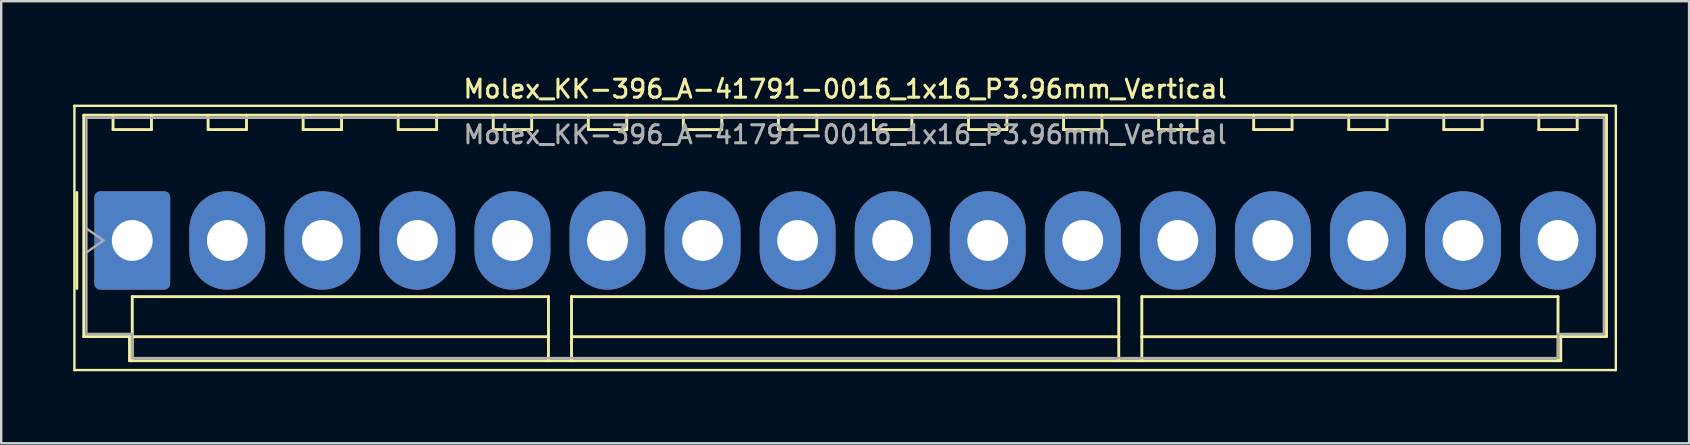
<source format=kicad_pcb>
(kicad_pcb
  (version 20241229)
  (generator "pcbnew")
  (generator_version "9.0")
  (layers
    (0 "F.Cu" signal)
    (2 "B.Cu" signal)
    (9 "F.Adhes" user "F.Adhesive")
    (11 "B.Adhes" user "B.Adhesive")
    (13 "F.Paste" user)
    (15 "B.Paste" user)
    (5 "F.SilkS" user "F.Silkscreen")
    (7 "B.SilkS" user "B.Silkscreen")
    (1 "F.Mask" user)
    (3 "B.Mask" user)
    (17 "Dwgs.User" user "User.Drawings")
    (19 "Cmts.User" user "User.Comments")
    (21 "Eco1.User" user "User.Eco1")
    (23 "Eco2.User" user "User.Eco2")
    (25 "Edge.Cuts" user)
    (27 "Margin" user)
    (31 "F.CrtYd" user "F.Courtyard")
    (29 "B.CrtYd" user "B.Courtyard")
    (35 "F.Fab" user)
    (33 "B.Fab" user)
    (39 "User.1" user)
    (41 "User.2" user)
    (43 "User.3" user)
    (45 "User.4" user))
  (footprint "Molex_KK-396_A-41791-0016_1x16_P3.96mm_Vertical"
    (layer "F.Cu")
    (at 2.46 6.968)
    (property "Reference" "Molex_KK-396_A-41791-0016_1x16_P3.96mm_Vertical" (at 29.7 -6.31 0) (layer "F.SilkS") (effects (font (size 0.75 0.75) (thickness 0.125))))
    (attr through_hole)
    (fp_line (start -2.41 -5.61) (end -2.41 5.4) (stroke (width 0.1) (type solid)) (layer "F.SilkS"))
    (fp_line (start -2.41 5.4) (end 61.81 5.4) (stroke (width 0.1) (type solid)) (layer "F.SilkS"))
    (fp_line (start -2.31 -2) (end -2.31 2) (stroke (width 0.12) (type solid)) (layer "F.SilkS"))
    (fp_line (start -2.02 -5.22) (end 61.42 -5.22) (stroke (width 0.12) (type solid)) (layer "F.SilkS"))
    (fp_line (start -2.02 4.005) (end -2.02 -5.22) (stroke (width 0.12) (type solid)) (layer "F.SilkS"))
    (fp_line (start -0.8 -5.22) (end -0.8 -4.62) (stroke (width 0.12) (type solid)) (layer "F.SilkS"))
    (fp_line (start -0.8 -4.62) (end 0.8 -4.62) (stroke (width 0.12) (type solid)) (layer "F.SilkS"))
    (fp_line (start -0.115 4.005) (end -2.02 4.005) (stroke (width 0.12) (type solid)) (layer "F.SilkS"))
    (fp_line (start -0.115 5.01) (end -0.115 4.005) (stroke (width 0.12) (type solid)) (layer "F.SilkS"))
    (fp_line (start 0 2.34) (end 17.34 2.34) (stroke (width 0.12) (type solid)) (layer "F.SilkS"))
    (fp_line (start 0 4.01) (end 0 2.34) (stroke (width 0.12) (type solid)) (layer "F.SilkS"))
    (fp_line (start 0 4.01) (end 17.34 4.01) (stroke (width 0.12) (type solid)) (layer "F.SilkS"))
    (fp_line (start 0 5.01) (end 0 4.01) (stroke (width 0.12) (type solid)) (layer "F.SilkS"))
    (fp_line (start 0.8 -4.62) (end 0.8 -5.22) (stroke (width 0.12) (type solid)) (layer "F.SilkS"))
    (fp_line (start 3.16 -5.22) (end 3.16 -4.62) (stroke (width 0.12) (type solid)) (layer "F.SilkS"))
    (fp_line (start 3.16 -4.62) (end 4.76 -4.62) (stroke (width 0.12) (type solid)) (layer "F.SilkS"))
    (fp_line (start 4.76 -4.62) (end 4.76 -5.22) (stroke (width 0.12) (type solid)) (layer "F.SilkS"))
    (fp_line (start 7.12 -5.22) (end 7.12 -4.62) (stroke (width 0.12) (type solid)) (layer "F.SilkS"))
    (fp_line (start 7.12 -4.62) (end 8.72 -4.62) (stroke (width 0.12) (type solid)) (layer "F.SilkS"))
    (fp_line (start 8.72 -4.62) (end 8.72 -5.22) (stroke (width 0.12) (type solid)) (layer "F.SilkS"))
    (fp_line (start 11.08 -5.22) (end 11.08 -4.62) (stroke (width 0.12) (type solid)) (layer "F.SilkS"))
    (fp_line (start 11.08 -4.62) (end 12.68 -4.62) (stroke (width 0.12) (type solid)) (layer "F.SilkS"))
    (fp_line (start 12.68 -4.62) (end 12.68 -5.22) (stroke (width 0.12) (type solid)) (layer "F.SilkS"))
    (fp_line (start 15.04 -5.22) (end 15.04 -4.62) (stroke (width 0.12) (type solid)) (layer "F.SilkS"))
    (fp_line (start 15.04 -4.62) (end 16.64 -4.62) (stroke (width 0.12) (type solid)) (layer "F.SilkS"))
    (fp_line (start 16.64 -4.62) (end 16.64 -5.22) (stroke (width 0.12) (type solid)) (layer "F.SilkS"))
    (fp_line (start 17.34 2.34) (end 17.34 4.01) (stroke (width 0.12) (type solid)) (layer "F.SilkS"))
    (fp_line (start 17.34 4.01) (end 17.34 5.01) (stroke (width 0.12) (type solid)) (layer "F.SilkS"))
    (fp_line (start 18.3 2.34) (end 41.1 2.34) (stroke (width 0.12) (type solid)) (layer "F.SilkS"))
    (fp_line (start 18.3 4.01) (end 18.3 2.34) (stroke (width 0.12) (type solid)) (layer "F.SilkS"))
    (fp_line (start 18.3 4.01) (end 41.1 4.01) (stroke (width 0.12) (type solid)) (layer "F.SilkS"))
    (fp_line (start 18.3 5.01) (end 18.3 4.01) (stroke (width 0.12) (type solid)) (layer "F.SilkS"))
    (fp_line (start 19 -5.22) (end 19 -4.62) (stroke (width 0.12) (type solid)) (layer "F.SilkS"))
    (fp_line (start 19 -4.62) (end 20.6 -4.62) (stroke (width 0.12) (type solid)) (layer "F.SilkS"))
    (fp_line (start 20.6 -4.62) (end 20.6 -5.22) (stroke (width 0.12) (type solid)) (layer "F.SilkS"))
    (fp_line (start 22.96 -5.22) (end 22.96 -4.62) (stroke (width 0.12) (type solid)) (layer "F.SilkS"))
    (fp_line (start 22.96 -4.62) (end 24.56 -4.62) (stroke (width 0.12) (type solid)) (layer "F.SilkS"))
    (fp_line (start 24.56 -4.62) (end 24.56 -5.22) (stroke (width 0.12) (type solid)) (layer "F.SilkS"))
    (fp_line (start 26.92 -5.22) (end 26.92 -4.62) (stroke (width 0.12) (type solid)) (layer "F.SilkS"))
    (fp_line (start 26.92 -4.62) (end 28.52 -4.62) (stroke (width 0.12) (type solid)) (layer "F.SilkS"))
    (fp_line (start 28.52 -4.62) (end 28.52 -5.22) (stroke (width 0.12) (type solid)) (layer "F.SilkS"))
    (fp_line (start 30.88 -5.22) (end 30.88 -4.62) (stroke (width 0.12) (type solid)) (layer "F.SilkS"))
    (fp_line (start 30.88 -4.62) (end 32.48 -4.62) (stroke (width 0.12) (type solid)) (layer "F.SilkS"))
    (fp_line (start 32.48 -4.62) (end 32.48 -5.22) (stroke (width 0.12) (type solid)) (layer "F.SilkS"))
    (fp_line (start 34.84 -5.22) (end 34.84 -4.62) (stroke (width 0.12) (type solid)) (layer "F.SilkS"))
    (fp_line (start 34.84 -4.62) (end 36.44 -4.62) (stroke (width 0.12) (type solid)) (layer "F.SilkS"))
    (fp_line (start 36.44 -4.62) (end 36.44 -5.22) (stroke (width 0.12) (type solid)) (layer "F.SilkS"))
    (fp_line (start 38.8 -5.22) (end 38.8 -4.62) (stroke (width 0.12) (type solid)) (layer "F.SilkS"))
    (fp_line (start 38.8 -4.62) (end 40.4 -4.62) (stroke (width 0.12) (type solid)) (layer "F.SilkS"))
    (fp_line (start 40.4 -4.62) (end 40.4 -5.22) (stroke (width 0.12) (type solid)) (layer "F.SilkS"))
    (fp_line (start 41.1 2.34) (end 41.1 4.01) (stroke (width 0.12) (type solid)) (layer "F.SilkS"))
    (fp_line (start 41.1 4.01) (end 41.1 5.01) (stroke (width 0.12) (type solid)) (layer "F.SilkS"))
    (fp_line (start 42.06 2.34) (end 59.4 2.34) (stroke (width 0.12) (type solid)) (layer "F.SilkS"))
    (fp_line (start 42.06 4.01) (end 42.06 2.34) (stroke (width 0.12) (type solid)) (layer "F.SilkS"))
    (fp_line (start 42.06 4.01) (end 59.4 4.01) (stroke (width 0.12) (type solid)) (layer "F.SilkS"))
    (fp_line (start 42.06 5.01) (end 42.06 4.01) (stroke (width 0.12) (type solid)) (layer "F.SilkS"))
    (fp_line (start 42.76 -5.22) (end 42.76 -4.62) (stroke (width 0.12) (type solid)) (layer "F.SilkS"))
    (fp_line (start 42.76 -4.62) (end 44.36 -4.62) (stroke (width 0.12) (type solid)) (layer "F.SilkS"))
    (fp_line (start 44.36 -4.62) (end 44.36 -5.22) (stroke (width 0.12) (type solid)) (layer "F.SilkS"))
    (fp_line (start 46.72 -5.22) (end 46.72 -4.62) (stroke (width 0.12) (type solid)) (layer "F.SilkS"))
    (fp_line (start 46.72 -4.62) (end 48.32 -4.62) (stroke (width 0.12) (type solid)) (layer "F.SilkS"))
    (fp_line (start 48.32 -4.62) (end 48.32 -5.22) (stroke (width 0.12) (type solid)) (layer "F.SilkS"))
    (fp_line (start 50.68 -5.22) (end 50.68 -4.62) (stroke (width 0.12) (type solid)) (layer "F.SilkS"))
    (fp_line (start 50.68 -4.62) (end 52.28 -4.62) (stroke (width 0.12) (type solid)) (layer "F.SilkS"))
    (fp_line (start 52.28 -4.62) (end 52.28 -5.22) (stroke (width 0.12) (type solid)) (layer "F.SilkS"))
    (fp_line (start 54.64 -5.22) (end 54.64 -4.62) (stroke (width 0.12) (type solid)) (layer "F.SilkS"))
    (fp_line (start 54.64 -4.62) (end 56.24 -4.62) (stroke (width 0.12) (type solid)) (layer "F.SilkS"))
    (fp_line (start 56.24 -4.62) (end 56.24 -5.22) (stroke (width 0.12) (type solid)) (layer "F.SilkS"))
    (fp_line (start 58.6 -5.22) (end 58.6 -4.62) (stroke (width 0.12) (type solid)) (layer "F.SilkS"))
    (fp_line (start 58.6 -4.62) (end 60.2 -4.62) (stroke (width 0.12) (type solid)) (layer "F.SilkS"))
    (fp_line (start 59.4 2.34) (end 59.4 4.01) (stroke (width 0.12) (type solid)) (layer "F.SilkS"))
    (fp_line (start 59.4 4.01) (end 59.4 5.01) (stroke (width 0.12) (type solid)) (layer "F.SilkS"))
    (fp_line (start 59.515 4.005) (end 59.515 5.01) (stroke (width 0.12) (type solid)) (layer "F.SilkS"))
    (fp_line (start 59.515 5.01) (end -0.115 5.01) (stroke (width 0.12) (type solid)) (layer "F.SilkS"))
    (fp_line (start 60.2 -4.62) (end 60.2 -5.22) (stroke (width 0.12) (type solid)) (layer "F.SilkS"))
    (fp_line (start 61.42 -5.22) (end 61.42 4.005) (stroke (width 0.12) (type solid)) (layer "F.SilkS"))
    (fp_line (start 61.42 4.005) (end 59.515 4.005) (stroke (width 0.12) (type solid)) (layer "F.SilkS"))
    (fp_line (start 61.81 -5.61) (end -2.41 -5.61) (stroke (width 0.1) (type solid)) (layer "F.SilkS"))
    (fp_line (start 61.81 5.4) (end 61.81 -5.61) (stroke (width 0.1) (type solid)) (layer "F.SilkS"))
    (fp_line (start -1.91 -5.11) (end 61.31 -5.11) (stroke (width 0.1) (type solid)) (layer "F.Fab"))
    (fp_line (start -1.91 -0.5) (end -1.203 0) (stroke (width 0.1) (type solid)) (layer "F.Fab"))
    (fp_line (start -1.91 3.895) (end -1.91 -5.11) (stroke (width 0.1) (type solid)) (layer "F.Fab"))
    (fp_line (start -1.203 0) (end -1.91 0.5) (stroke (width 0.1) (type solid)) (layer "F.Fab"))
    (fp_line (start -0.005 3.895) (end -1.91 3.895) (stroke (width 0.1) (type solid)) (layer "F.Fab"))
    (fp_line (start -0.005 4.9) (end -0.005 3.895) (stroke (width 0.1) (type solid)) (layer "F.Fab"))
    (fp_line (start 59.405 3.895) (end 59.405 4.9) (stroke (width 0.1) (type solid)) (layer "F.Fab"))
    (fp_line (start 59.405 4.9) (end -0.005 4.9) (stroke (width 0.1) (type solid)) (layer "F.Fab"))
    (fp_line (start 61.31 -5.11) (end 61.31 3.895) (stroke (width 0.1) (type solid)) (layer "F.Fab"))
    (fp_line (start 61.31 3.895) (end 59.405 3.895) (stroke (width 0.1) (type solid)) (layer "F.Fab"))
    (fp_text user "${REFERENCE}" (at 29.7 -4.41 0) (layer "F.Fab") (effects (font (size 0.75 0.75) (thickness 0.125))))
    (pad "1" thru_hole roundrect (at 0 0) (size 3.16 4.1) (drill 1.7) (layers "*.Cu" "*.Mask") (roundrect_rratio 0.079))
    (pad "2" thru_hole oval (at 3.96 0) (size 3.16 4.1) (drill 1.7) (layers "*.Cu" "*.Mask"))
    (pad "3" thru_hole oval (at 7.92 0) (size 3.16 4.1) (drill 1.7) (layers "*.Cu" "*.Mask"))
    (pad "4" thru_hole oval (at 11.88 0) (size 3.16 4.1) (drill 1.7) (layers "*.Cu" "*.Mask"))
    (pad "5" thru_hole oval (at 15.84 0) (size 3.16 4.1) (drill 1.7) (layers "*.Cu" "*.Mask"))
    (pad "6" thru_hole oval (at 19.8 0) (size 3.16 4.1) (drill 1.7) (layers "*.Cu" "*.Mask"))
    (pad "7" thru_hole oval (at 23.76 0) (size 3.16 4.1) (drill 1.7) (layers "*.Cu" "*.Mask"))
    (pad "8" thru_hole oval (at 27.72 0) (size 3.16 4.1) (drill 1.7) (layers "*.Cu" "*.Mask"))
    (pad "9" thru_hole oval (at 31.68 0) (size 3.16 4.1) (drill 1.7) (layers "*.Cu" "*.Mask"))
    (pad "10" thru_hole oval (at 35.64 0) (size 3.16 4.1) (drill 1.7) (layers "*.Cu" "*.Mask"))
    (pad "11" thru_hole oval (at 39.6 0) (size 3.16 4.1) (drill 1.7) (layers "*.Cu" "*.Mask"))
    (pad "12" thru_hole oval (at 43.56 0) (size 3.16 4.1) (drill 1.7) (layers "*.Cu" "*.Mask"))
    (pad "13" thru_hole oval (at 47.52 0) (size 3.16 4.1) (drill 1.7) (layers "*.Cu" "*.Mask"))
    (pad "14" thru_hole oval (at 51.48 0) (size 3.16 4.1) (drill 1.7) (layers "*.Cu" "*.Mask"))
    (pad "15" thru_hole oval (at 55.44 0) (size 3.16 4.1) (drill 1.7) (layers "*.Cu" "*.Mask"))
    (pad "16" thru_hole oval (at 59.4 0) (size 3.16 4.1) (drill 1.7) (layers "*.Cu" "*.Mask")))
  (gr_rect
    (start -3 -3)
    (end 67.32 15.418)
    (stroke (width 0.1) (type default))
    (fill no)
    (layer "Edge.Cuts")))
</source>
